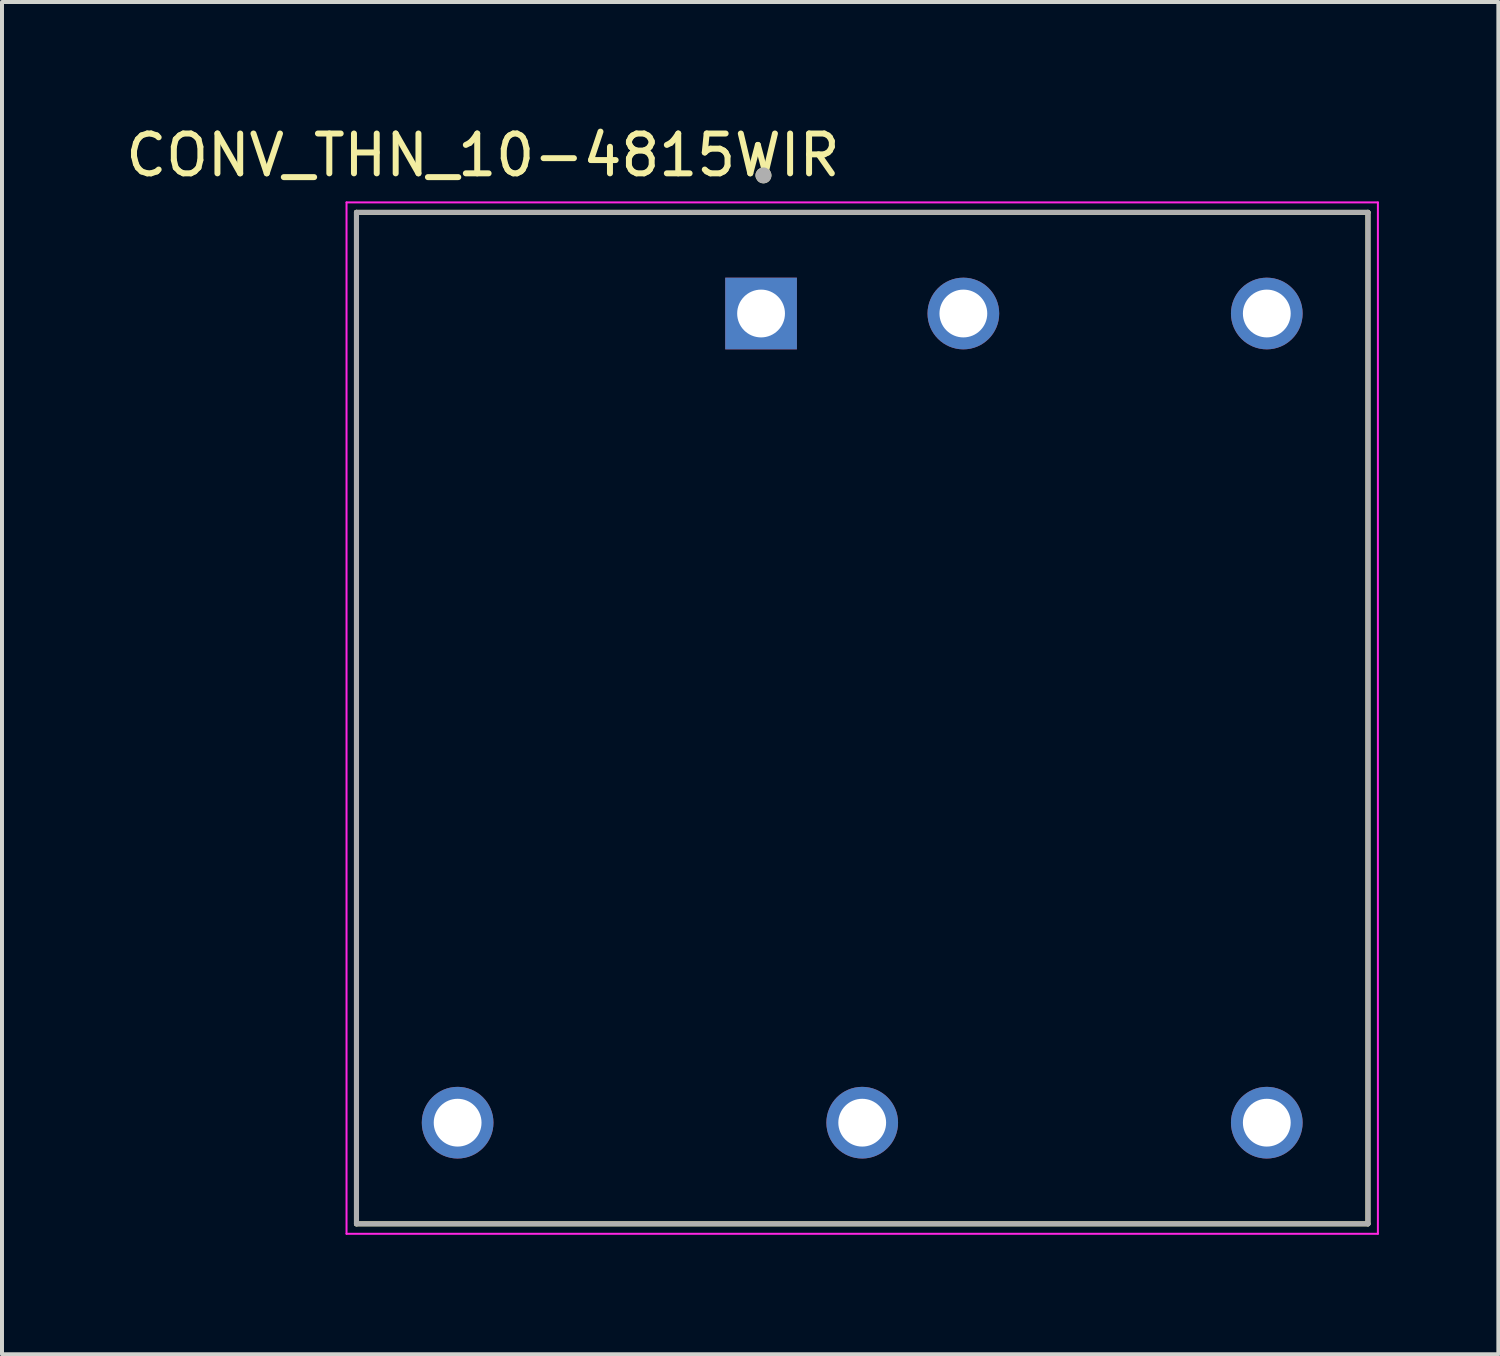
<source format=kicad_pcb>
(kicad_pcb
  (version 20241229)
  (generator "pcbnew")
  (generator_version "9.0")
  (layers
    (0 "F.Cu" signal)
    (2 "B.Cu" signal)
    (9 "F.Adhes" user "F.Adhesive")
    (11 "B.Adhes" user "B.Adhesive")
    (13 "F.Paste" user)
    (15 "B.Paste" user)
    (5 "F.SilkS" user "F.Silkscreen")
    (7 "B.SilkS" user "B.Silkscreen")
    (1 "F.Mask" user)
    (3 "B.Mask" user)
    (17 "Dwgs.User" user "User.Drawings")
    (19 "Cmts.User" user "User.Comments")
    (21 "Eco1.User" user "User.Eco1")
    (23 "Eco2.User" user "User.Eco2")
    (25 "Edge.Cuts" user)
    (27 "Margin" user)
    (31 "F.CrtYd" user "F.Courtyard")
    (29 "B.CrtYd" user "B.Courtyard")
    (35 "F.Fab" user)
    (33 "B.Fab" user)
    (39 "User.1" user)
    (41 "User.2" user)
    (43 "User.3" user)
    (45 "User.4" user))
  (footprint "CONV_THN_10-4815WIR"
    (layer "F.Cu")
    (at 18.602 14.983)
    (property "Reference" "CONV_THN_10-4815WIR" (at -9.525 -14.135 0) (layer "F.SilkS") (effects (font (size 1 1) (thickness 0.15))))
    (attr through_hole)
    (fp_line (start -12.7 -12.7) (end 12.7 -12.7) (stroke (width 0.127) (type solid)) (layer "F.SilkS"))
    (fp_line (start -12.7 12.7) (end -12.7 -12.7) (stroke (width 0.127) (type solid)) (layer "F.SilkS"))
    (fp_line (start -12.7 12.7) (end 12.7 12.7) (stroke (width 0.127) (type solid)) (layer "F.SilkS"))
    (fp_line (start 12.7 12.7) (end 12.7 -12.7) (stroke (width 0.127) (type solid)) (layer "F.SilkS"))
    (fp_circle (center -2.48 -13.629) (end -2.38 -13.629) (stroke (width 0.2) (type solid)) (fill no) (layer "F.SilkS"))
    (fp_line (start -12.95 -12.95) (end 12.95 -12.95) (stroke (width 0.05) (type solid)) (layer "F.CrtYd"))
    (fp_line (start -12.95 12.95) (end -12.95 -12.95) (stroke (width 0.05) (type solid)) (layer "F.CrtYd"))
    (fp_line (start -12.95 12.95) (end 12.95 12.95) (stroke (width 0.05) (type solid)) (layer "F.CrtYd"))
    (fp_line (start 12.95 12.95) (end 12.95 -12.95) (stroke (width 0.05) (type solid)) (layer "F.CrtYd"))
    (fp_line (start -12.7 -12.7) (end 12.7 -12.7) (stroke (width 0.127) (type solid)) (layer "F.Fab"))
    (fp_line (start -12.7 12.7) (end -12.7 -12.7) (stroke (width 0.127) (type solid)) (layer "F.Fab"))
    (fp_line (start -12.7 12.7) (end 12.7 12.7) (stroke (width 0.127) (type solid)) (layer "F.Fab"))
    (fp_line (start 12.7 12.7) (end 12.7 -12.7) (stroke (width 0.127) (type solid)) (layer "F.Fab"))
    (fp_circle (center -2.48 -13.629) (end -2.38 -13.629) (stroke (width 0.2) (type solid)) (fill no) (layer "F.Fab"))
    (pad "1" thru_hole rect (at -2.54 -10.16) (size 1.8 1.8) (drill 1.2) (layers "*.Cu" "*.Mask"))
    (pad "2" thru_hole circle (at 2.54 -10.16) (size 1.8 1.8) (drill 1.2) (layers "*.Cu" "*.Mask"))
    (pad "3" thru_hole circle (at 10.16 -10.16) (size 1.8 1.8) (drill 1.2) (layers "*.Cu" "*.Mask"))
    (pad "4" thru_hole circle (at -10.16 10.16) (size 1.8 1.8) (drill 1.2) (layers "*.Cu" "*.Mask"))
    (pad "5" thru_hole circle (at 0 10.16) (size 1.8 1.8) (drill 1.2) (layers "*.Cu" "*.Mask"))
    (pad "6" thru_hole circle (at 10.16 10.16) (size 1.8 1.8) (drill 1.2) (layers "*.Cu" "*.Mask")))
  (gr_rect
    (start -3 -3)
    (end 34.577 30.958)
    (stroke (width 0.1) (type default))
    (fill no)
    (layer "Edge.Cuts")))
</source>
